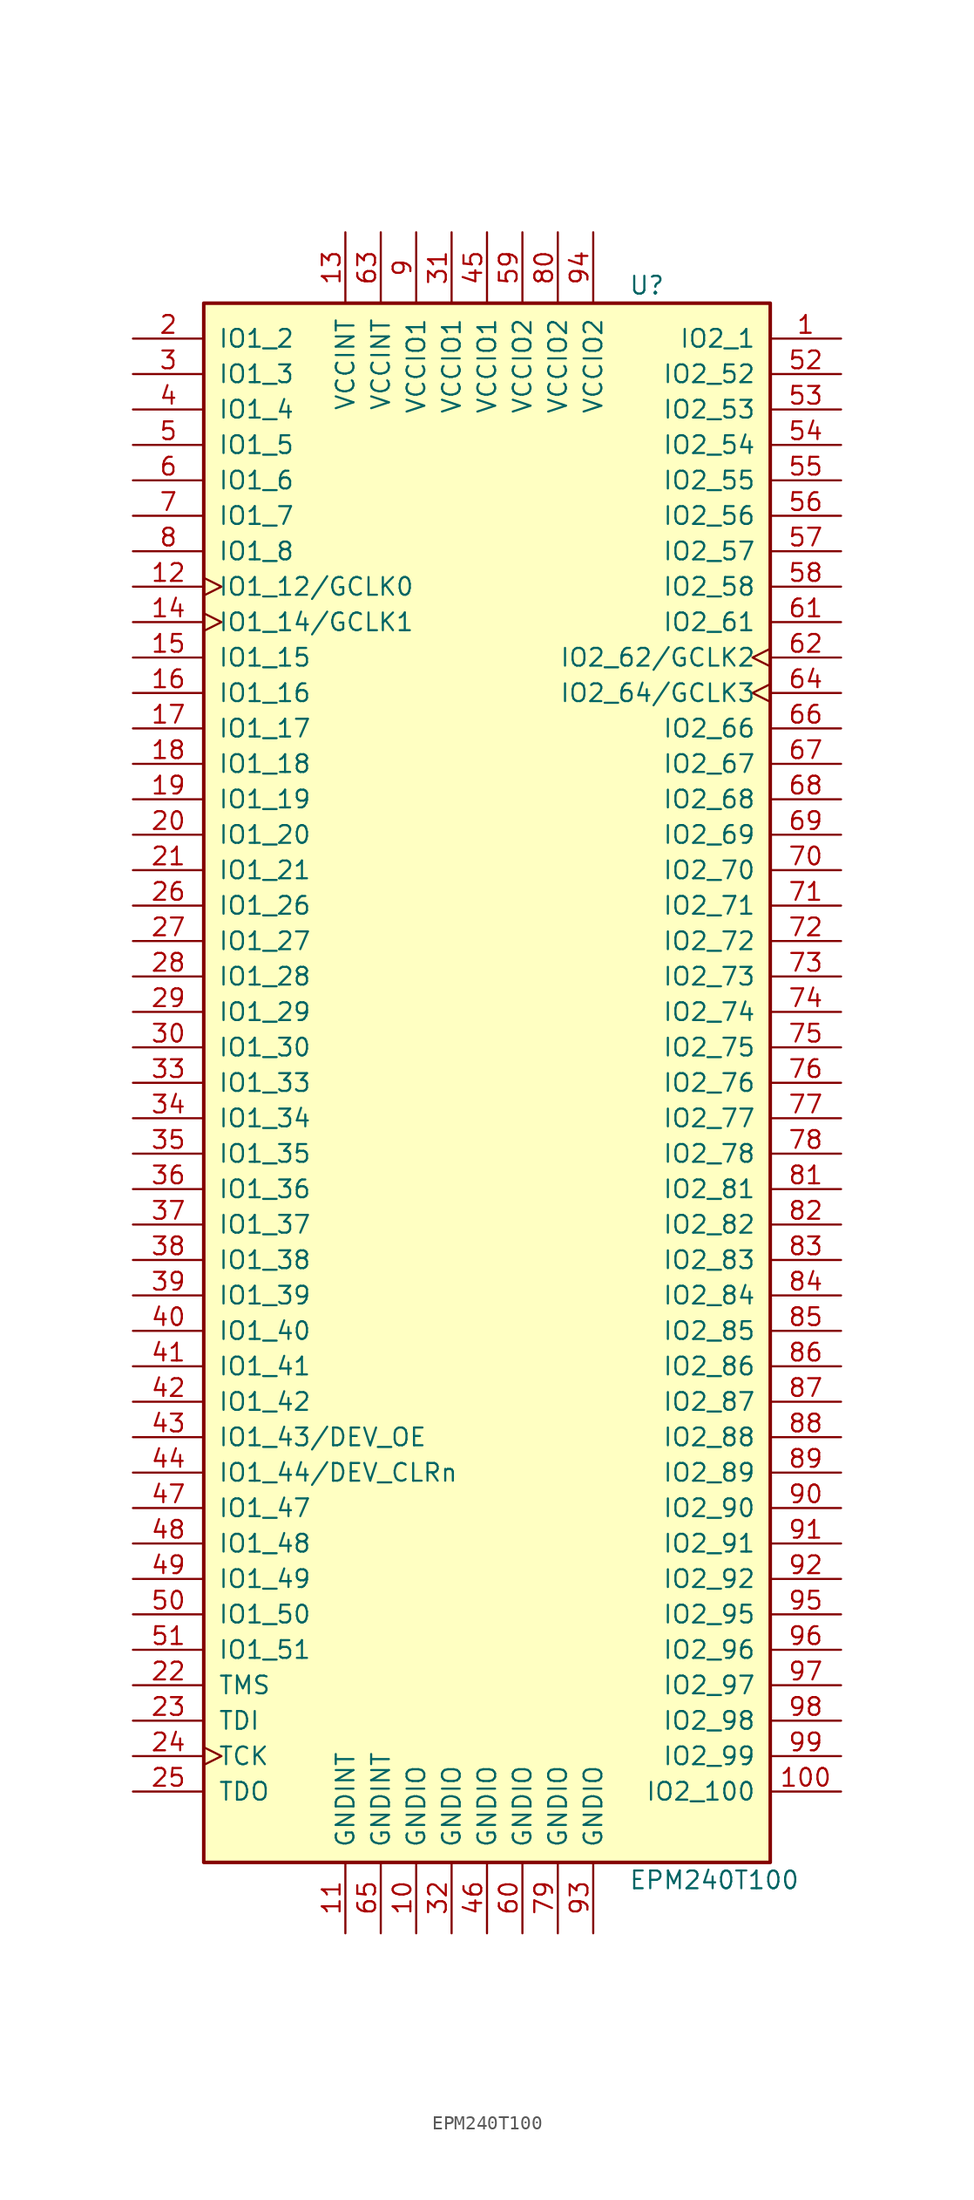
<source format=kicad_sym>
(kicad_symbol_lib
  (version 20201005)
  (generator kicad_symbol_editor)
  (symbol "EPM240T100"
    (pin_names
      (offset 1.016))
    (property "Reference" "U"
      (at 10.16 57.15 0)
      (effects (font (size 1.27 1.27)) (justify left)))
    (property "Value" "EPM240T100"
      (at 10.16 -57.15 0)
      (effects (font (size 1.27 1.27)) (justify left)))
    (property "ki_locked" ""
      (at 0 0 0)
      (effects (font (size 1.27 1.27))))
    (symbol "EPM240T100_1_1"
      (rectangle (start -20.32 55.88) (end 20.32 -55.88) (stroke (width 0.254)) (fill (type background)))
      (pin bidirectional line (at 25.4 53.34 180) (length 5.08) (name "IO2_1" (effects (font (size 1.27 1.27)))) (number "1" (effects (font (size 1.27 1.27)))))
      (pin bidirectional line (at -25.4 53.34 0) (length 5.08) (name "IO1_2" (effects (font (size 1.27 1.27)))) (number "2" (effects (font (size 1.27 1.27)))))
      (pin bidirectional line (at -25.4 50.8 0) (length 5.08) (name "IO1_3" (effects (font (size 1.27 1.27)))) (number "3" (effects (font (size 1.27 1.27)))))
      (pin bidirectional line (at -25.4 48.26 0) (length 5.08) (name "IO1_4" (effects (font (size 1.27 1.27)))) (number "4" (effects (font (size 1.27 1.27)))))
      (pin bidirectional line (at -25.4 45.72 0) (length 5.08) (name "IO1_5" (effects (font (size 1.27 1.27)))) (number "5" (effects (font (size 1.27 1.27)))))
      (pin bidirectional line (at -25.4 43.18 0) (length 5.08) (name "IO1_6" (effects (font (size 1.27 1.27)))) (number "6" (effects (font (size 1.27 1.27)))))
      (pin bidirectional line (at -25.4 40.64 0) (length 5.08) (name "IO1_7" (effects (font (size 1.27 1.27)))) (number "7" (effects (font (size 1.27 1.27)))))
      (pin bidirectional line (at -25.4 38.1 0) (length 5.08) (name "IO1_8" (effects (font (size 1.27 1.27)))) (number "8" (effects (font (size 1.27 1.27)))))
      (pin bidirectional clock (at -25.4 35.56 0) (length 5.08) (name "IO1_12/GCLK0" (effects (font (size 1.27 1.27)))) (number "12" (effects (font (size 1.27 1.27)))))
      (pin bidirectional clock (at -25.4 33.02 0) (length 5.08) (name "IO1_14/GCLK1" (effects (font (size 1.27 1.27)))) (number "14" (effects (font (size 1.27 1.27)))))
      (pin bidirectional line (at -25.4 30.48 0) (length 5.08) (name "IO1_15" (effects (font (size 1.27 1.27)))) (number "15" (effects (font (size 1.27 1.27)))))
      (pin bidirectional line (at -25.4 27.94 0) (length 5.08) (name "IO1_16" (effects (font (size 1.27 1.27)))) (number "16" (effects (font (size 1.27 1.27)))))
      (pin bidirectional line (at -25.4 25.4 0) (length 5.08) (name "IO1_17" (effects (font (size 1.27 1.27)))) (number "17" (effects (font (size 1.27 1.27)))))
      (pin bidirectional line (at -25.4 22.86 0) (length 5.08) (name "IO1_18" (effects (font (size 1.27 1.27)))) (number "18" (effects (font (size 1.27 1.27)))))
      (pin bidirectional line (at -25.4 20.32 0) (length 5.08) (name "IO1_19" (effects (font (size 1.27 1.27)))) (number "19" (effects (font (size 1.27 1.27)))))
      (pin bidirectional line (at -25.4 17.78 0) (length 5.08) (name "IO1_20" (effects (font (size 1.27 1.27)))) (number "20" (effects (font (size 1.27 1.27)))))
      (pin bidirectional line (at -25.4 15.24 0) (length 5.08) (name "IO1_21" (effects (font (size 1.27 1.27)))) (number "21" (effects (font (size 1.27 1.27)))))
      (pin bidirectional line (at -25.4 12.7 0) (length 5.08) (name "IO1_26" (effects (font (size 1.27 1.27)))) (number "26" (effects (font (size 1.27 1.27)))))
      (pin bidirectional line (at -25.4 10.16 0) (length 5.08) (name "IO1_27" (effects (font (size 1.27 1.27)))) (number "27" (effects (font (size 1.27 1.27)))))
      (pin bidirectional line (at -25.4 7.62 0) (length 5.08) (name "IO1_28" (effects (font (size 1.27 1.27)))) (number "28" (effects (font (size 1.27 1.27)))))
      (pin bidirectional line (at -25.4 5.08 0) (length 5.08) (name "IO1_29" (effects (font (size 1.27 1.27)))) (number "29" (effects (font (size 1.27 1.27)))))
      (pin bidirectional line (at -25.4 2.54 0) (length 5.08) (name "IO1_30" (effects (font (size 1.27 1.27)))) (number "30" (effects (font (size 1.27 1.27)))))
      (pin bidirectional line (at -25.4 0 0) (length 5.08) (name "IO1_33" (effects (font (size 1.27 1.27)))) (number "33" (effects (font (size 1.27 1.27)))))
      (pin bidirectional line (at -25.4 -2.54 0) (length 5.08) (name "IO1_34" (effects (font (size 1.27 1.27)))) (number "34" (effects (font (size 1.27 1.27)))))
      (pin bidirectional line (at -25.4 -5.08 0) (length 5.08) (name "IO1_35" (effects (font (size 1.27 1.27)))) (number "35" (effects (font (size 1.27 1.27)))))
      (pin bidirectional line (at -25.4 -7.62 0) (length 5.08) (name "IO1_36" (effects (font (size 1.27 1.27)))) (number "36" (effects (font (size 1.27 1.27)))))
      (pin bidirectional line (at -25.4 -10.16 0) (length 5.08) (name "IO1_37" (effects (font (size 1.27 1.27)))) (number "37" (effects (font (size 1.27 1.27)))))
      (pin bidirectional line (at -25.4 -12.7 0) (length 5.08) (name "IO1_38" (effects (font (size 1.27 1.27)))) (number "38" (effects (font (size 1.27 1.27)))))
      (pin bidirectional line (at -25.4 -15.24 0) (length 5.08) (name "IO1_39" (effects (font (size 1.27 1.27)))) (number "39" (effects (font (size 1.27 1.27)))))
      (pin bidirectional line (at -25.4 -17.78 0) (length 5.08) (name "IO1_40" (effects (font (size 1.27 1.27)))) (number "40" (effects (font (size 1.27 1.27)))))
      (pin bidirectional line (at -25.4 -20.32 0) (length 5.08) (name "IO1_41" (effects (font (size 1.27 1.27)))) (number "41" (effects (font (size 1.27 1.27)))))
      (pin bidirectional line (at -25.4 -22.86 0) (length 5.08) (name "IO1_42" (effects (font (size 1.27 1.27)))) (number "42" (effects (font (size 1.27 1.27)))))
      (pin bidirectional line (at -25.4 -25.4 0) (length 5.08) (name "IO1_43/DEV_OE" (effects (font (size 1.27 1.27)))) (number "43" (effects (font (size 1.27 1.27)))))
      (pin bidirectional line (at -25.4 -27.94 0) (length 5.08) (name "IO1_44/DEV_CLRn" (effects (font (size 1.27 1.27)))) (number "44" (effects (font (size 1.27 1.27)))))
      (pin bidirectional line (at -25.4 -30.48 0) (length 5.08) (name "IO1_47" (effects (font (size 1.27 1.27)))) (number "47" (effects (font (size 1.27 1.27)))))
      (pin bidirectional line (at -25.4 -33.02 0) (length 5.08) (name "IO1_48" (effects (font (size 1.27 1.27)))) (number "48" (effects (font (size 1.27 1.27)))))
      (pin bidirectional line (at -25.4 -35.56 0) (length 5.08) (name "IO1_49" (effects (font (size 1.27 1.27)))) (number "49" (effects (font (size 1.27 1.27)))))
      (pin bidirectional line (at -25.4 -38.1 0) (length 5.08) (name "IO1_50" (effects (font (size 1.27 1.27)))) (number "50" (effects (font (size 1.27 1.27)))))
      (pin bidirectional line (at -25.4 -40.64 0) (length 5.08) (name "IO1_51" (effects (font (size 1.27 1.27)))) (number "51" (effects (font (size 1.27 1.27)))))
      (pin bidirectional line (at 25.4 50.8 180) (length 5.08) (name "IO2_52" (effects (font (size 1.27 1.27)))) (number "52" (effects (font (size 1.27 1.27)))))
      (pin bidirectional line (at 25.4 48.26 180) (length 5.08) (name "IO2_53" (effects (font (size 1.27 1.27)))) (number "53" (effects (font (size 1.27 1.27)))))
      (pin bidirectional line (at 25.4 45.72 180) (length 5.08) (name "IO2_54" (effects (font (size 1.27 1.27)))) (number "54" (effects (font (size 1.27 1.27)))))
      (pin bidirectional line (at 25.4 43.18 180) (length 5.08) (name "IO2_55" (effects (font (size 1.27 1.27)))) (number "55" (effects (font (size 1.27 1.27)))))
      (pin bidirectional line (at 25.4 40.64 180) (length 5.08) (name "IO2_56" (effects (font (size 1.27 1.27)))) (number "56" (effects (font (size 1.27 1.27)))))
      (pin bidirectional line (at 25.4 38.1 180) (length 5.08) (name "IO2_57" (effects (font (size 1.27 1.27)))) (number "57" (effects (font (size 1.27 1.27)))))
      (pin bidirectional line (at 25.4 35.56 180) (length 5.08) (name "IO2_58" (effects (font (size 1.27 1.27)))) (number "58" (effects (font (size 1.27 1.27)))))
      (pin bidirectional line (at 25.4 33.02 180) (length 5.08) (name "IO2_61" (effects (font (size 1.27 1.27)))) (number "61" (effects (font (size 1.27 1.27)))))
      (pin bidirectional clock (at 25.4 30.48 180) (length 5.08) (name "IO2_62/GCLK2" (effects (font (size 1.27 1.27)))) (number "62" (effects (font (size 1.27 1.27)))))
      (pin bidirectional clock (at 25.4 27.94 180) (length 5.08) (name "IO2_64/GCLK3" (effects (font (size 1.27 1.27)))) (number "64" (effects (font (size 1.27 1.27)))))
      (pin bidirectional line (at 25.4 25.4 180) (length 5.08) (name "IO2_66" (effects (font (size 1.27 1.27)))) (number "66" (effects (font (size 1.27 1.27)))))
      (pin bidirectional line (at 25.4 22.86 180) (length 5.08) (name "IO2_67" (effects (font (size 1.27 1.27)))) (number "67" (effects (font (size 1.27 1.27)))))
      (pin bidirectional line (at 25.4 20.32 180) (length 5.08) (name "IO2_68" (effects (font (size 1.27 1.27)))) (number "68" (effects (font (size 1.27 1.27)))))
      (pin bidirectional line (at 25.4 17.78 180) (length 5.08) (name "IO2_69" (effects (font (size 1.27 1.27)))) (number "69" (effects (font (size 1.27 1.27)))))
      (pin bidirectional line (at 25.4 15.24 180) (length 5.08) (name "IO2_70" (effects (font (size 1.27 1.27)))) (number "70" (effects (font (size 1.27 1.27)))))
      (pin bidirectional line (at 25.4 12.7 180) (length 5.08) (name "IO2_71" (effects (font (size 1.27 1.27)))) (number "71" (effects (font (size 1.27 1.27)))))
      (pin bidirectional line (at 25.4 10.16 180) (length 5.08) (name "IO2_72" (effects (font (size 1.27 1.27)))) (number "72" (effects (font (size 1.27 1.27)))))
      (pin bidirectional line (at 25.4 7.62 180) (length 5.08) (name "IO2_73" (effects (font (size 1.27 1.27)))) (number "73" (effects (font (size 1.27 1.27)))))
      (pin bidirectional line (at 25.4 5.08 180) (length 5.08) (name "IO2_74" (effects (font (size 1.27 1.27)))) (number "74" (effects (font (size 1.27 1.27)))))
      (pin bidirectional line (at 25.4 2.54 180) (length 5.08) (name "IO2_75" (effects (font (size 1.27 1.27)))) (number "75" (effects (font (size 1.27 1.27)))))
      (pin bidirectional line (at 25.4 0 180) (length 5.08) (name "IO2_76" (effects (font (size 1.27 1.27)))) (number "76" (effects (font (size 1.27 1.27)))))
      (pin bidirectional line (at 25.4 -2.54 180) (length 5.08) (name "IO2_77" (effects (font (size 1.27 1.27)))) (number "77" (effects (font (size 1.27 1.27)))))
      (pin bidirectional line (at 25.4 -5.08 180) (length 5.08) (name "IO2_78" (effects (font (size 1.27 1.27)))) (number "78" (effects (font (size 1.27 1.27)))))
      (pin bidirectional line (at 25.4 -7.62 180) (length 5.08) (name "IO2_81" (effects (font (size 1.27 1.27)))) (number "81" (effects (font (size 1.27 1.27)))))
      (pin bidirectional line (at 25.4 -10.16 180) (length 5.08) (name "IO2_82" (effects (font (size 1.27 1.27)))) (number "82" (effects (font (size 1.27 1.27)))))
      (pin bidirectional line (at 25.4 -12.7 180) (length 5.08) (name "IO2_83" (effects (font (size 1.27 1.27)))) (number "83" (effects (font (size 1.27 1.27)))))
      (pin bidirectional line (at 25.4 -15.24 180) (length 5.08) (name "IO2_84" (effects (font (size 1.27 1.27)))) (number "84" (effects (font (size 1.27 1.27)))))
      (pin bidirectional line (at 25.4 -17.78 180) (length 5.08) (name "IO2_85" (effects (font (size 1.27 1.27)))) (number "85" (effects (font (size 1.27 1.27)))))
      (pin bidirectional line (at 25.4 -20.32 180) (length 5.08) (name "IO2_86" (effects (font (size 1.27 1.27)))) (number "86" (effects (font (size 1.27 1.27)))))
      (pin bidirectional line (at 25.4 -22.86 180) (length 5.08) (name "IO2_87" (effects (font (size 1.27 1.27)))) (number "87" (effects (font (size 1.27 1.27)))))
      (pin bidirectional line (at 25.4 -25.4 180) (length 5.08) (name "IO2_88" (effects (font (size 1.27 1.27)))) (number "88" (effects (font (size 1.27 1.27)))))
      (pin bidirectional line (at 25.4 -27.94 180) (length 5.08) (name "IO2_89" (effects (font (size 1.27 1.27)))) (number "89" (effects (font (size 1.27 1.27)))))
      (pin bidirectional line (at 25.4 -30.48 180) (length 5.08) (name "IO2_90" (effects (font (size 1.27 1.27)))) (number "90" (effects (font (size 1.27 1.27)))))
      (pin bidirectional line (at 25.4 -33.02 180) (length 5.08) (name "IO2_91" (effects (font (size 1.27 1.27)))) (number "91" (effects (font (size 1.27 1.27)))))
      (pin bidirectional line (at 25.4 -35.56 180) (length 5.08) (name "IO2_92" (effects (font (size 1.27 1.27)))) (number "92" (effects (font (size 1.27 1.27)))))
      (pin bidirectional line (at 25.4 -38.1 180) (length 5.08) (name "IO2_95" (effects (font (size 1.27 1.27)))) (number "95" (effects (font (size 1.27 1.27)))))
      (pin bidirectional line (at 25.4 -40.64 180) (length 5.08) (name "IO2_96" (effects (font (size 1.27 1.27)))) (number "96" (effects (font (size 1.27 1.27)))))
      (pin bidirectional line (at 25.4 -43.18 180) (length 5.08) (name "IO2_97" (effects (font (size 1.27 1.27)))) (number "97" (effects (font (size 1.27 1.27)))))
      (pin bidirectional line (at 25.4 -45.72 180) (length 5.08) (name "IO2_98" (effects (font (size 1.27 1.27)))) (number "98" (effects (font (size 1.27 1.27)))))
      (pin bidirectional line (at 25.4 -48.26 180) (length 5.08) (name "IO2_99" (effects (font (size 1.27 1.27)))) (number "99" (effects (font (size 1.27 1.27)))))
      (pin bidirectional line (at 25.4 -50.8 180) (length 5.08) (name "IO2_100" (effects (font (size 1.27 1.27)))) (number "100" (effects (font (size 1.27 1.27)))))
      (pin input line (at -25.4 -43.18 0) (length 5.08) (name "TMS" (effects (font (size 1.27 1.27)))) (number "22" (effects (font (size 1.27 1.27)))))
      (pin input line (at -25.4 -45.72 0) (length 5.08) (name "TDI" (effects (font (size 1.27 1.27)))) (number "23" (effects (font (size 1.27 1.27)))))
      (pin input clock (at -25.4 -48.26 0) (length 5.08) (name "TCK" (effects (font (size 1.27 1.27)))) (number "24" (effects (font (size 1.27 1.27)))))
      (pin output line (at -25.4 -50.8 0) (length 5.08) (name "TDO" (effects (font (size 1.27 1.27)))) (number "25" (effects (font (size 1.27 1.27)))))
      (pin power_in line (at -10.16 -60.96 90) (length 5.08) (name "GNDINT" (effects (font (size 1.27 1.27)))) (number "11" (effects (font (size 1.27 1.27)))))
      (pin power_in line (at -7.62 -60.96 90) (length 5.08) (name "GNDINT" (effects (font (size 1.27 1.27)))) (number "65" (effects (font (size 1.27 1.27)))))
      (pin power_in line (at -5.08 -60.96 90) (length 5.08) (name "GNDIO" (effects (font (size 1.27 1.27)))) (number "10" (effects (font (size 1.27 1.27)))))
      (pin power_in line (at -2.54 -60.96 90) (length 5.08) (name "GNDIO" (effects (font (size 1.27 1.27)))) (number "32" (effects (font (size 1.27 1.27)))))
      (pin power_in line (at 0 -60.96 90) (length 5.08) (name "GNDIO" (effects (font (size 1.27 1.27)))) (number "46" (effects (font (size 1.27 1.27)))))
      (pin power_in line (at 2.54 -60.96 90) (length 5.08) (name "GNDIO" (effects (font (size 1.27 1.27)))) (number "60" (effects (font (size 1.27 1.27)))))
      (pin power_in line (at 5.08 -60.96 90) (length 5.08) (name "GNDIO" (effects (font (size 1.27 1.27)))) (number "79" (effects (font (size 1.27 1.27)))))
      (pin power_in line (at 7.62 -60.96 90) (length 5.08) (name "GNDIO" (effects (font (size 1.27 1.27)))) (number "93" (effects (font (size 1.27 1.27)))))
      (pin power_in line (at -10.16 60.96 270) (length 5.08) (name "VCCINT" (effects (font (size 1.27 1.27)))) (number "13" (effects (font (size 1.27 1.27)))))
      (pin power_in line (at -7.62 60.96 270) (length 5.08) (name "VCCINT" (effects (font (size 1.27 1.27)))) (number "63" (effects (font (size 1.27 1.27)))))
      (pin power_in line (at -5.08 60.96 270) (length 5.08) (name "VCCIO1" (effects (font (size 1.27 1.27)))) (number "9" (effects (font (size 1.27 1.27)))))
      (pin power_in line (at -2.54 60.96 270) (length 5.08) (name "VCCIO1" (effects (font (size 1.27 1.27)))) (number "31" (effects (font (size 1.27 1.27)))))
      (pin power_in line (at 0 60.96 270) (length 5.08) (name "VCCIO1" (effects (font (size 1.27 1.27)))) (number "45" (effects (font (size 1.27 1.27)))))
      (pin power_in line (at 2.54 60.96 270) (length 5.08) (name "VCCIO2" (effects (font (size 1.27 1.27)))) (number "59" (effects (font (size 1.27 1.27)))))
      (pin power_in line (at 5.08 60.96 270) (length 5.08) (name "VCCIO2" (effects (font (size 1.27 1.27)))) (number "80" (effects (font (size 1.27 1.27)))))
      (pin power_in line (at 7.62 60.96 270) (length 5.08) (name "VCCIO2" (effects (font (size 1.27 1.27)))) (number "94" (effects (font (size 1.27 1.27))))))))
</source>
